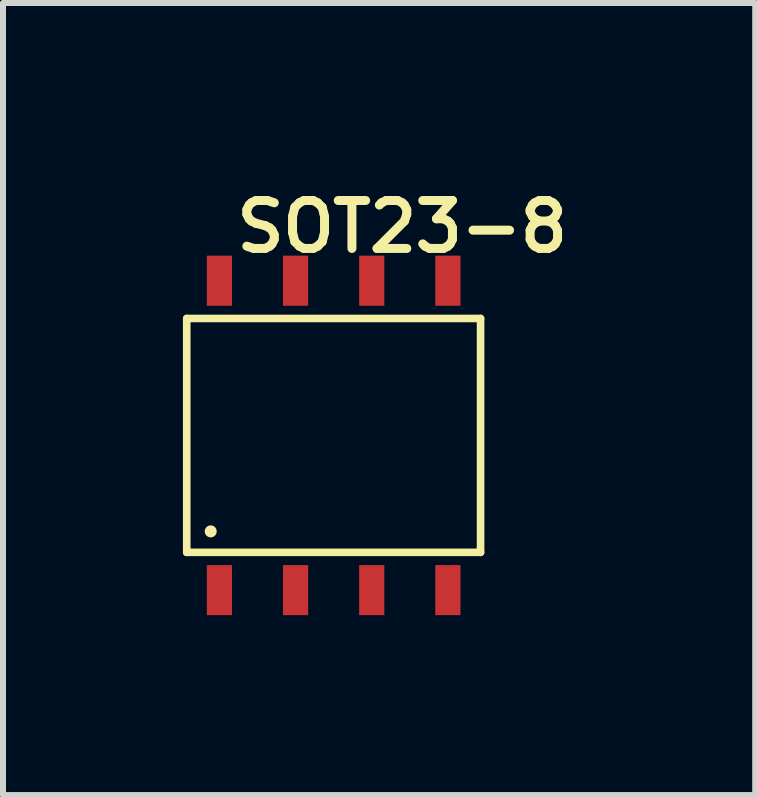
<source format=kicad_pcb>
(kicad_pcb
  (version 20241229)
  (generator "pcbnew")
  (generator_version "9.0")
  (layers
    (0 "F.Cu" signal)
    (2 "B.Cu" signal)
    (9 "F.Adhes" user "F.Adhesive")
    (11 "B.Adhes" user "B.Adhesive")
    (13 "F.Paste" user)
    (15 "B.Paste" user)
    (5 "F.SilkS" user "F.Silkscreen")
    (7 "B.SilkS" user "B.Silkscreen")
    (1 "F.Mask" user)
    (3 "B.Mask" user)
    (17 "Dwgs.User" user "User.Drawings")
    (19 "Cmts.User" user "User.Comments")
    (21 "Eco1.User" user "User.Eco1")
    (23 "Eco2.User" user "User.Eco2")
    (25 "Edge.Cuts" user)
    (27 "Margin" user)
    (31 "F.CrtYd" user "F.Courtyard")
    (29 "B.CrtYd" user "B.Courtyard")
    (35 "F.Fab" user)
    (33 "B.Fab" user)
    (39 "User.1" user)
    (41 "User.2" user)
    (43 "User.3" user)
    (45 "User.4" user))
  (footprint "SOT23-8"
    (layer "F.Cu")
    (at 2.514 4.211)
    (property "Reference" "SOT23-8" (at 1.143 -3.48 0) (layer "F.SilkS") (effects (font (size 0.8 0.8) (thickness 0.15))))
    (attr smd)
    (fp_line (start -2.45 -1.95) (end 2.45 -1.95) (stroke (width 0.127) (type solid)) (layer "F.SilkS"))
    (fp_line (start -2.45 1.95) (end -2.45 -1.95) (stroke (width 0.127) (type solid)) (layer "F.SilkS"))
    (fp_line (start -2.45 1.95) (end 2.45 1.95) (stroke (width 0.127) (type solid)) (layer "F.SilkS"))
    (fp_line (start 2.45 1.95) (end 2.45 -1.95) (stroke (width 0.127) (type solid)) (layer "F.SilkS"))
    (fp_circle (center -2.05 1.6) (end -1.95 1.6) (stroke (width 0) (type solid)) (fill yes) (layer "F.SilkS"))
    (pad "1" smd rect (at -1.905 2.58) (size 0.42 0.835) (layers "F.Cu" "F.Mask" "F.Paste"))
    (pad "2" smd rect (at -0.635 2.58) (size 0.42 0.835) (layers "F.Cu" "F.Mask" "F.Paste"))
    (pad "3" smd rect (at 0.635 2.58) (size 0.42 0.835) (layers "F.Cu" "F.Mask" "F.Paste"))
    (pad "4" smd rect (at 1.905 2.58) (size 0.42 0.835) (layers "F.Cu" "F.Mask" "F.Paste"))
    (pad "5" smd rect (at 1.905 -2.58) (size 0.42 0.835) (layers "F.Cu" "F.Mask" "F.Paste"))
    (pad "6" smd rect (at 0.635 -2.58) (size 0.42 0.835) (layers "F.Cu" "F.Mask" "F.Paste"))
    (pad "7" smd rect (at -0.635 -2.58) (size 0.42 0.835) (layers "F.Cu" "F.Mask" "F.Paste"))
    (pad "8" smd rect (at -1.905 -2.58) (size 0.42 0.835) (layers "F.Cu" "F.Mask" "F.Paste")))
  (gr_rect
    (start -3 -3)
    (end 9.544 10.209)
    (stroke (width 0.1) (type default))
    (fill no)
    (layer "Edge.Cuts")))
</source>
